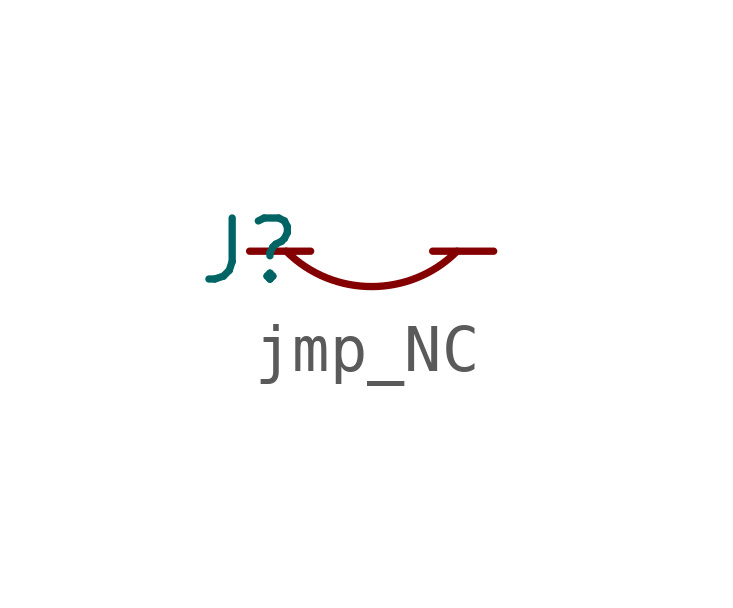
<source format=kicad_sym>
(kicad_symbol_lib
  (version 20231120)
  (generator "kicad_symbol_editor")
  (generator_version "8.0")
  (symbol "jmp_NC"
    (pin_numbers hide)
    (pin_names hide)
    (property "Reference" "J"
      (at 0 0 0)
      (effects (font (size 1.27 1.27))))
    (property "Value" ""
      (at 0 0 0)
      (effects (font (size 1.27 1.27))))
    (symbol "jmp_NC_0_1"
      (arc (start 0.762 0) (mid 2.54 -0.7365) (end 4.318 0) (stroke (width 0) (type default)) (fill (type none))))
    (symbol "jmp_NC_1_1"
      (pin passive line (at 0 0 0) (length 1.27) (name "1" (effects (font (size 1.27 1.27)))) (number "1" (effects (font (size 1.27 1.27)))))
      (pin passive line (at 5.08 0 180) (length 1.27) (name "2" (effects (font (size 1.27 1.27)))) (number "2" (effects (font (size 1.27 1.27))))))))
</source>
